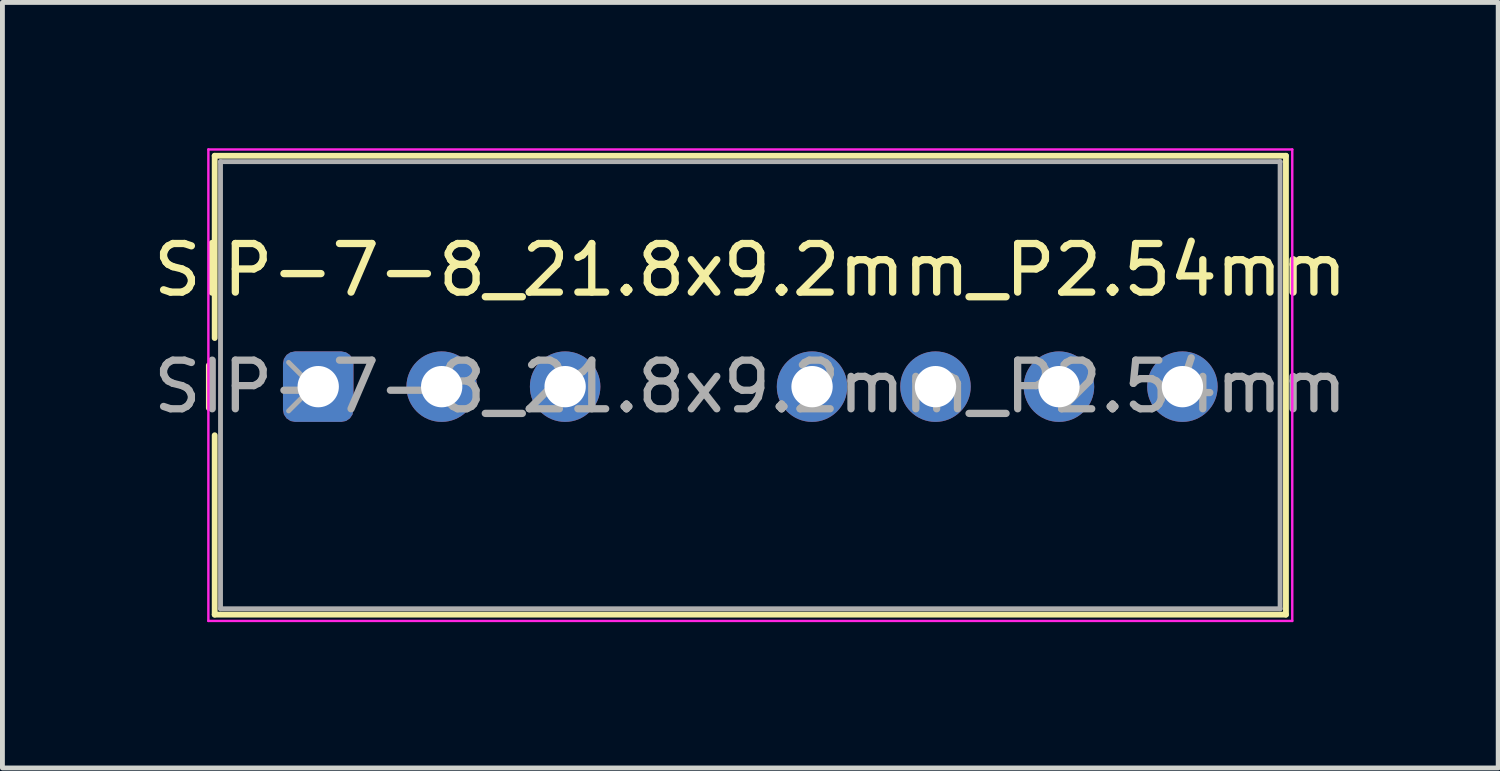
<source format=kicad_pcb>
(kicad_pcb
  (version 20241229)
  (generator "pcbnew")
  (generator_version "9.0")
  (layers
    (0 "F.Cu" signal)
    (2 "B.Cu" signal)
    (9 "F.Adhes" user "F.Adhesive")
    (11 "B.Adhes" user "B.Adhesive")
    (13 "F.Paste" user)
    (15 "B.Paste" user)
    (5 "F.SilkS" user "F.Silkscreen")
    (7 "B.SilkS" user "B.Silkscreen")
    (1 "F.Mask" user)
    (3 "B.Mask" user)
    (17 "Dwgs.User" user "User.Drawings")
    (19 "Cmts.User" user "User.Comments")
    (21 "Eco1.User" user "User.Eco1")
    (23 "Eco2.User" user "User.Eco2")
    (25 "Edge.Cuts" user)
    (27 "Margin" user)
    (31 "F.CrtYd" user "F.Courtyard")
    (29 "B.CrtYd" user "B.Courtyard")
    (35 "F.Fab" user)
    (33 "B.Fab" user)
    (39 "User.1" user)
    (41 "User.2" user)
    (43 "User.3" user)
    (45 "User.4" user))
  (footprint "SIP-7-8_21.8x9.2mm_P2.54mm"
    (layer "F.Cu")
    (at 3.497 4.905)
    (property "Reference" "SIP-7-8_21.8x9.2mm_P2.54mm" (at 8.89 -2.4 0) (layer "F.SilkS") (effects (font (size 1 1) (thickness 0.15))))
    (attr through_hole)
    (fp_line (start -2.25 -0.44) (end -2.25 0.44) (stroke (width 0.12) (type solid)) (layer "F.SilkS"))
    (fp_line (start -2.13 -4.75) (end -2.13 -1) (stroke (width 0.12) (type solid)) (layer "F.SilkS"))
    (fp_line (start -2.13 4.69) (end -2.13 1) (stroke (width 0.12) (type solid)) (layer "F.SilkS"))
    (fp_line (start 19.91 -4.75) (end -2.13 -4.75) (stroke (width 0.12) (type solid)) (layer "F.SilkS"))
    (fp_line (start 19.91 4.69) (end -2.13 4.69) (stroke (width 0.12) (type solid)) (layer "F.SilkS"))
    (fp_line (start 19.91 4.69) (end 19.91 -4.75) (stroke (width 0.12) (type solid)) (layer "F.SilkS"))
    (fp_line (start -2.26 -4.88) (end 20.04 -4.88) (stroke (width 0.05) (type solid)) (layer "F.CrtYd"))
    (fp_line (start -2.26 4.82) (end -2.26 -4.88) (stroke (width 0.05) (type solid)) (layer "F.CrtYd"))
    (fp_line (start 20.04 -4.88) (end 20.04 4.82) (stroke (width 0.05) (type solid)) (layer "F.CrtYd"))
    (fp_line (start 20.04 4.82) (end -2.26 4.82) (stroke (width 0.05) (type solid)) (layer "F.CrtYd"))
    (fp_line (start -2.01 -4.63) (end -2.01 4.57) (stroke (width 0.1) (type solid)) (layer "F.Fab"))
    (fp_line (start -0.61 -0.5) (end -0.11 0) (stroke (width 0.1) (type solid)) (layer "F.Fab"))
    (fp_line (start -0.11 0) (end -0.61 0.5) (stroke (width 0.1) (type solid)) (layer "F.Fab"))
    (fp_line (start 19.79 -4.63) (end -2.01 -4.63) (stroke (width 0.1) (type solid)) (layer "F.Fab"))
    (fp_line (start 19.79 -4.63) (end 19.79 4.57) (stroke (width 0.1) (type solid)) (layer "F.Fab"))
    (fp_line (start 19.79 4.57) (end -2.01 4.57) (stroke (width 0.1) (type solid)) (layer "F.Fab"))
    (fp_text user "${REFERENCE}" (at 8.89 0 0) (layer "F.Fab") (effects (font (size 1 1) (thickness 0.15))))
    (pad "1" thru_hole roundrect (at 0 0 90) (size 1.45 1.45) (drill 0.85) (layers "*.Cu" "*.Mask") (roundrect_rratio 0.172))
    (pad "2" thru_hole circle (at 2.54 0 90) (size 1.45 1.45) (drill 0.85) (layers "*.Cu" "*.Mask"))
    (pad "3" thru_hole circle (at 5.08 0 90) (size 1.45 1.45) (drill 0.85) (layers "*.Cu" "*.Mask"))
    (pad "5" thru_hole circle (at 10.16 0 90) (size 1.45 1.45) (drill 0.85) (layers "*.Cu" "*.Mask"))
    (pad "6" thru_hole circle (at 12.7 0 90) (size 1.45 1.45) (drill 0.85) (layers "*.Cu" "*.Mask"))
    (pad "7" thru_hole circle (at 15.24 0 90) (size 1.45 1.45) (drill 0.85) (layers "*.Cu" "*.Mask"))
    (pad "8" thru_hole circle (at 17.78 0 90) (size 1.45 1.45) (drill 0.85) (layers "*.Cu" "*.Mask")))
  (gr_rect
    (start -3 -3)
    (end 27.774 12.75)
    (stroke (width 0.1) (type default))
    (fill no)
    (layer "Edge.Cuts")))
</source>
